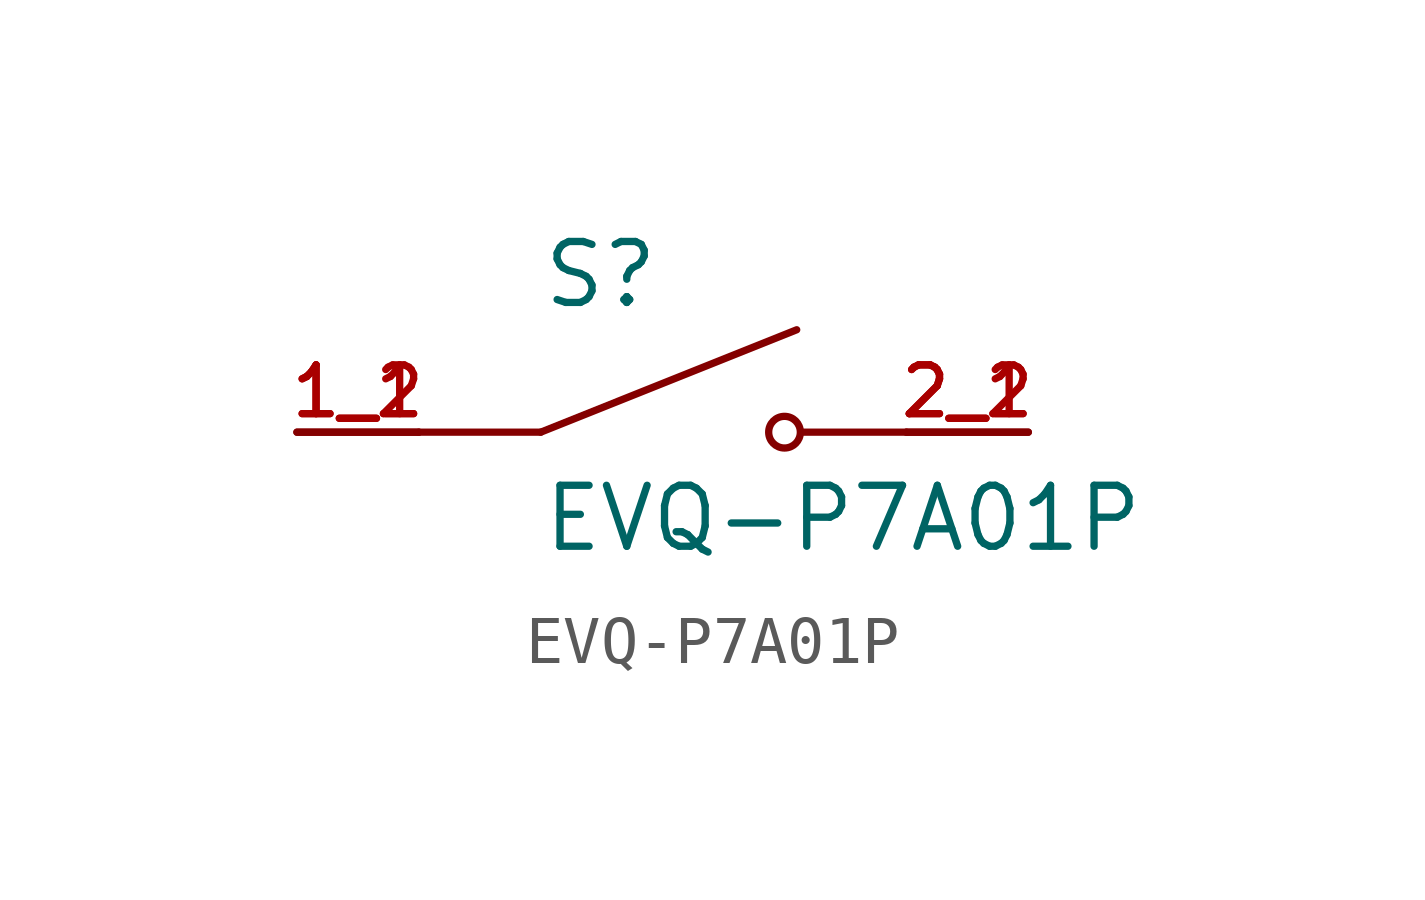
<source format=kicad_sym>
(kicad_symbol_lib
  (version 20211014)
  (generator kicad_symbol_editor)
  (symbol "EVQ-P7A01P"
    (pin_names
      (offset 1.016))
    (property "Reference" "S"
      (at -2.54 2.54 0)
      (effects (font (size 1.27 1.27)) (justify bottom left)))
    (property "Value" "EVQ-P7A01P"
      (at -2.54 -2.54 0)
      (effects (font (size 1.27 1.27)) (justify bottom left)))
    (symbol "EVQ-P7A01P_0_0"
      (polyline (pts (xy -2.54 0.0) (xy 2.794 2.134)) (stroke (width 0.152)))
      (circle (center 2.54 0.0) (radius 0.33) (stroke (width 0.152)) (fill (type none)))
      (polyline (pts (xy 5.08 0.0) (xy 2.921 0.0)) (stroke (width 0.152)))
      (polyline (pts (xy -2.54 0.0) (xy -5.08 0.0)) (stroke (width 0.152)))
      (pin passive line (at -7.62 0.0 0) (length 2.54) (name "~" (effects (font (size 1.016 1.016)))) (number "1_1" (effects (font (size 1.016 1.016)))))
      (pin passive line (at -7.62 0.0 0) (length 2.54) (name "~" (effects (font (size 1.016 1.016)))) (number "1_2" (effects (font (size 1.016 1.016)))))
      (pin passive line (at 7.62 0.0 180.0) (length 2.54) (name "~" (effects (font (size 1.016 1.016)))) (number "2_1" (effects (font (size 1.016 1.016)))))
      (pin passive line (at 7.62 0.0 180.0) (length 2.54) (name "~" (effects (font (size 1.016 1.016)))) (number "2_2" (effects (font (size 1.016 1.016))))))))
</source>
